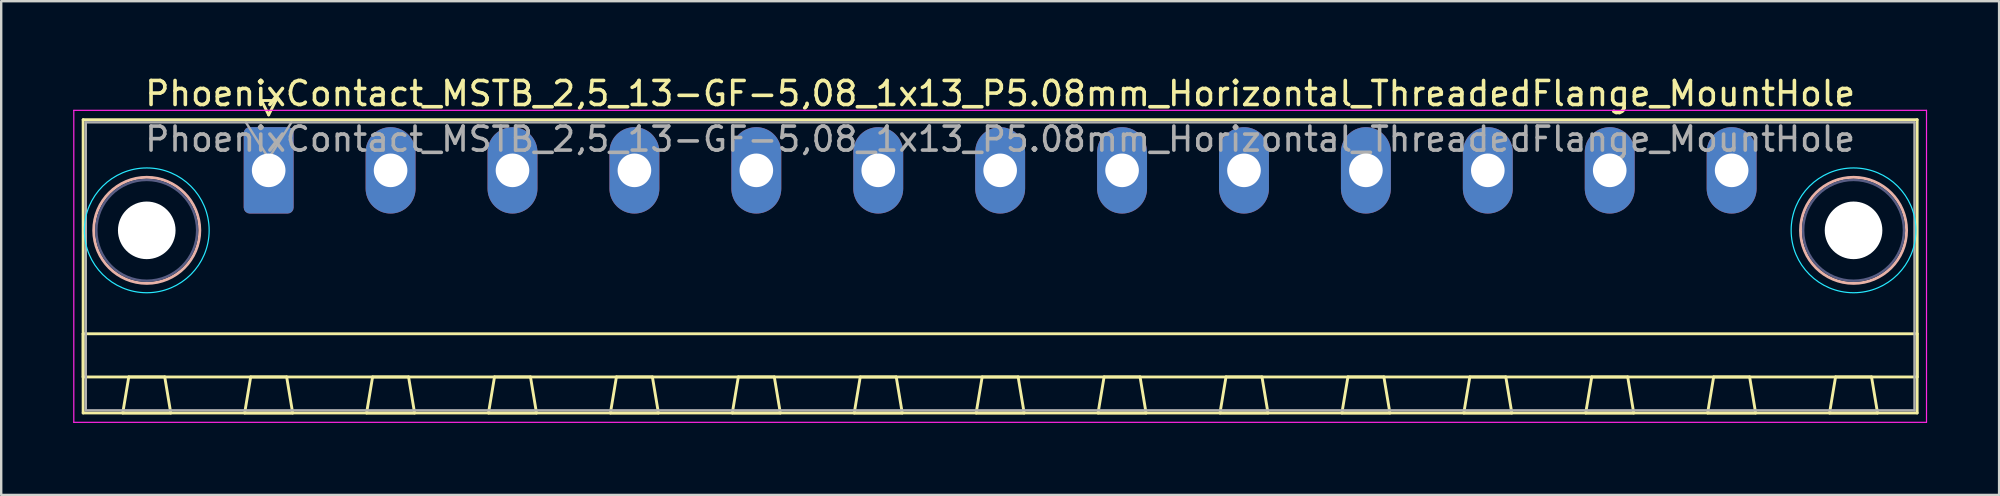
<source format=kicad_pcb>
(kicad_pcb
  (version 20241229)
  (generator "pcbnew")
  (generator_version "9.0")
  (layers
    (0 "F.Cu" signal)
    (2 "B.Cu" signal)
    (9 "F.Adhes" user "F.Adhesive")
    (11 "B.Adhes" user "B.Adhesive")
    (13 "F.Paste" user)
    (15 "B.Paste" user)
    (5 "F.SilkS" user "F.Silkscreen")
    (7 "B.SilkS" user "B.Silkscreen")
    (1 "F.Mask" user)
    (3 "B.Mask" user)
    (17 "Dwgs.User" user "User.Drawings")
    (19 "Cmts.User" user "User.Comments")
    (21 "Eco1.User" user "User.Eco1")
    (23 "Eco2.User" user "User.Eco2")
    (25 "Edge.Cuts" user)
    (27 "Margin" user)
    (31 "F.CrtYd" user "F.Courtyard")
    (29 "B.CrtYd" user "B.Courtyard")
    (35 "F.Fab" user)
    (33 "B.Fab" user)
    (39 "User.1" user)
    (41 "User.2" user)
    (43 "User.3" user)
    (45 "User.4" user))
  (footprint "PhoenixContact_MSTB_2,5_13-GF-5,08_1x13_P5.08mm_Horizontal_ThreadedFlange_MountHole"
    (layer "F.Cu")
    (at 8.145 4.048)
    (property "Reference" "PhoenixContact_MSTB_2,5_13-GF-5,08_1x13_P5.08mm_Horizontal_ThreadedFlange_MountHole" (at 30.48 -3.2 0) (layer "F.SilkS") (effects (font (size 1 1) (thickness 0.15))))
    (attr through_hole)
    (fp_line (start -7.73 -2.11) (end -7.73 10.11) (stroke (width 0.12) (type solid)) (layer "F.SilkS"))
    (fp_line (start -7.73 6.81) (end 68.69 6.81) (stroke (width 0.12) (type solid)) (layer "F.SilkS"))
    (fp_line (start -7.73 8.61) (end -7.73 6.81) (stroke (width 0.12) (type solid)) (layer "F.SilkS"))
    (fp_line (start -7.73 10.11) (end 68.69 10.11) (stroke (width 0.12) (type solid)) (layer "F.SilkS"))
    (fp_line (start -6.08 10.11) (end -4.08 10.11) (stroke (width 0.12) (type solid)) (layer "F.SilkS"))
    (fp_line (start -5.83 8.61) (end -6.08 10.11) (stroke (width 0.12) (type solid)) (layer "F.SilkS"))
    (fp_line (start -4.33 8.61) (end -5.83 8.61) (stroke (width 0.12) (type solid)) (layer "F.SilkS"))
    (fp_line (start -4.08 10.11) (end -4.33 8.61) (stroke (width 0.12) (type solid)) (layer "F.SilkS"))
    (fp_line (start -1 10.11) (end 1 10.11) (stroke (width 0.12) (type solid)) (layer "F.SilkS"))
    (fp_line (start -0.75 8.61) (end -1 10.11) (stroke (width 0.12) (type solid)) (layer "F.SilkS"))
    (fp_line (start -0.3 -2.91) (end 0.3 -2.91) (stroke (width 0.12) (type solid)) (layer "F.SilkS"))
    (fp_line (start 0 -2.31) (end -0.3 -2.91) (stroke (width 0.12) (type solid)) (layer "F.SilkS"))
    (fp_line (start 0.3 -2.91) (end 0 -2.31) (stroke (width 0.12) (type solid)) (layer "F.SilkS"))
    (fp_line (start 0.75 8.61) (end -0.75 8.61) (stroke (width 0.12) (type solid)) (layer "F.SilkS"))
    (fp_line (start 1 10.11) (end 0.75 8.61) (stroke (width 0.12) (type solid)) (layer "F.SilkS"))
    (fp_line (start 4.08 10.11) (end 6.08 10.11) (stroke (width 0.12) (type solid)) (layer "F.SilkS"))
    (fp_line (start 4.33 8.61) (end 4.08 10.11) (stroke (width 0.12) (type solid)) (layer "F.SilkS"))
    (fp_line (start 5.83 8.61) (end 4.33 8.61) (stroke (width 0.12) (type solid)) (layer "F.SilkS"))
    (fp_line (start 6.08 10.11) (end 5.83 8.61) (stroke (width 0.12) (type solid)) (layer "F.SilkS"))
    (fp_line (start 9.16 10.11) (end 11.16 10.11) (stroke (width 0.12) (type solid)) (layer "F.SilkS"))
    (fp_line (start 9.41 8.61) (end 9.16 10.11) (stroke (width 0.12) (type solid)) (layer "F.SilkS"))
    (fp_line (start 10.91 8.61) (end 9.41 8.61) (stroke (width 0.12) (type solid)) (layer "F.SilkS"))
    (fp_line (start 11.16 10.11) (end 10.91 8.61) (stroke (width 0.12) (type solid)) (layer "F.SilkS"))
    (fp_line (start 14.24 10.11) (end 16.24 10.11) (stroke (width 0.12) (type solid)) (layer "F.SilkS"))
    (fp_line (start 14.49 8.61) (end 14.24 10.11) (stroke (width 0.12) (type solid)) (layer "F.SilkS"))
    (fp_line (start 15.99 8.61) (end 14.49 8.61) (stroke (width 0.12) (type solid)) (layer "F.SilkS"))
    (fp_line (start 16.24 10.11) (end 15.99 8.61) (stroke (width 0.12) (type solid)) (layer "F.SilkS"))
    (fp_line (start 19.32 10.11) (end 21.32 10.11) (stroke (width 0.12) (type solid)) (layer "F.SilkS"))
    (fp_line (start 19.57 8.61) (end 19.32 10.11) (stroke (width 0.12) (type solid)) (layer "F.SilkS"))
    (fp_line (start 21.07 8.61) (end 19.57 8.61) (stroke (width 0.12) (type solid)) (layer "F.SilkS"))
    (fp_line (start 21.32 10.11) (end 21.07 8.61) (stroke (width 0.12) (type solid)) (layer "F.SilkS"))
    (fp_line (start 24.4 10.11) (end 26.4 10.11) (stroke (width 0.12) (type solid)) (layer "F.SilkS"))
    (fp_line (start 24.65 8.61) (end 24.4 10.11) (stroke (width 0.12) (type solid)) (layer "F.SilkS"))
    (fp_line (start 26.15 8.61) (end 24.65 8.61) (stroke (width 0.12) (type solid)) (layer "F.SilkS"))
    (fp_line (start 26.4 10.11) (end 26.15 8.61) (stroke (width 0.12) (type solid)) (layer "F.SilkS"))
    (fp_line (start 29.48 10.11) (end 31.48 10.11) (stroke (width 0.12) (type solid)) (layer "F.SilkS"))
    (fp_line (start 29.73 8.61) (end 29.48 10.11) (stroke (width 0.12) (type solid)) (layer "F.SilkS"))
    (fp_line (start 31.23 8.61) (end 29.73 8.61) (stroke (width 0.12) (type solid)) (layer "F.SilkS"))
    (fp_line (start 31.48 10.11) (end 31.23 8.61) (stroke (width 0.12) (type solid)) (layer "F.SilkS"))
    (fp_line (start 34.56 10.11) (end 36.56 10.11) (stroke (width 0.12) (type solid)) (layer "F.SilkS"))
    (fp_line (start 34.81 8.61) (end 34.56 10.11) (stroke (width 0.12) (type solid)) (layer "F.SilkS"))
    (fp_line (start 36.31 8.61) (end 34.81 8.61) (stroke (width 0.12) (type solid)) (layer "F.SilkS"))
    (fp_line (start 36.56 10.11) (end 36.31 8.61) (stroke (width 0.12) (type solid)) (layer "F.SilkS"))
    (fp_line (start 39.64 10.11) (end 41.64 10.11) (stroke (width 0.12) (type solid)) (layer "F.SilkS"))
    (fp_line (start 39.89 8.61) (end 39.64 10.11) (stroke (width 0.12) (type solid)) (layer "F.SilkS"))
    (fp_line (start 41.39 8.61) (end 39.89 8.61) (stroke (width 0.12) (type solid)) (layer "F.SilkS"))
    (fp_line (start 41.64 10.11) (end 41.39 8.61) (stroke (width 0.12) (type solid)) (layer "F.SilkS"))
    (fp_line (start 44.72 10.11) (end 46.72 10.11) (stroke (width 0.12) (type solid)) (layer "F.SilkS"))
    (fp_line (start 44.97 8.61) (end 44.72 10.11) (stroke (width 0.12) (type solid)) (layer "F.SilkS"))
    (fp_line (start 46.47 8.61) (end 44.97 8.61) (stroke (width 0.12) (type solid)) (layer "F.SilkS"))
    (fp_line (start 46.72 10.11) (end 46.47 8.61) (stroke (width 0.12) (type solid)) (layer "F.SilkS"))
    (fp_line (start 49.8 10.11) (end 51.8 10.11) (stroke (width 0.12) (type solid)) (layer "F.SilkS"))
    (fp_line (start 50.05 8.61) (end 49.8 10.11) (stroke (width 0.12) (type solid)) (layer "F.SilkS"))
    (fp_line (start 51.55 8.61) (end 50.05 8.61) (stroke (width 0.12) (type solid)) (layer "F.SilkS"))
    (fp_line (start 51.8 10.11) (end 51.55 8.61) (stroke (width 0.12) (type solid)) (layer "F.SilkS"))
    (fp_line (start 54.88 10.11) (end 56.88 10.11) (stroke (width 0.12) (type solid)) (layer "F.SilkS"))
    (fp_line (start 55.13 8.61) (end 54.88 10.11) (stroke (width 0.12) (type solid)) (layer "F.SilkS"))
    (fp_line (start 56.63 8.61) (end 55.13 8.61) (stroke (width 0.12) (type solid)) (layer "F.SilkS"))
    (fp_line (start 56.88 10.11) (end 56.63 8.61) (stroke (width 0.12) (type solid)) (layer "F.SilkS"))
    (fp_line (start 59.96 10.11) (end 61.96 10.11) (stroke (width 0.12) (type solid)) (layer "F.SilkS"))
    (fp_line (start 60.21 8.61) (end 59.96 10.11) (stroke (width 0.12) (type solid)) (layer "F.SilkS"))
    (fp_line (start 61.71 8.61) (end 60.21 8.61) (stroke (width 0.12) (type solid)) (layer "F.SilkS"))
    (fp_line (start 61.96 10.11) (end 61.71 8.61) (stroke (width 0.12) (type solid)) (layer "F.SilkS"))
    (fp_line (start 65.04 10.11) (end 67.04 10.11) (stroke (width 0.12) (type solid)) (layer "F.SilkS"))
    (fp_line (start 65.29 8.61) (end 65.04 10.11) (stroke (width 0.12) (type solid)) (layer "F.SilkS"))
    (fp_line (start 66.79 8.61) (end 65.29 8.61) (stroke (width 0.12) (type solid)) (layer "F.SilkS"))
    (fp_line (start 67.04 10.11) (end 66.79 8.61) (stroke (width 0.12) (type solid)) (layer "F.SilkS"))
    (fp_line (start 68.69 -2.11) (end -7.73 -2.11) (stroke (width 0.12) (type solid)) (layer "F.SilkS"))
    (fp_line (start 68.69 6.81) (end 68.69 8.61) (stroke (width 0.12) (type solid)) (layer "F.SilkS"))
    (fp_line (start 68.69 8.61) (end -7.73 8.61) (stroke (width 0.12) (type solid)) (layer "F.SilkS"))
    (fp_line (start 68.69 10.11) (end 68.69 -2.11) (stroke (width 0.12) (type solid)) (layer "F.SilkS"))
    (fp_circle (center -5.08 2.5) (end -2.87 2.5) (stroke (width 0.12) (type solid)) (fill no) (layer "B.SilkS"))
    (fp_circle (center 66.04 2.5) (end 68.25 2.5) (stroke (width 0.12) (type solid)) (fill no) (layer "B.SilkS"))
    (fp_circle (center -5.08 2.5) (end -2.48 2.5) (stroke (width 0.05) (type solid)) (fill no) (layer "B.CrtYd"))
    (fp_circle (center 66.04 2.5) (end 68.64 2.5) (stroke (width 0.05) (type solid)) (fill no) (layer "B.CrtYd"))
    (fp_line (start -8.12 -2.5) (end -8.12 10.5) (stroke (width 0.05) (type solid)) (layer "F.CrtYd"))
    (fp_line (start -8.12 10.5) (end 69.08 10.5) (stroke (width 0.05) (type solid)) (layer "F.CrtYd"))
    (fp_line (start 69.08 -2.5) (end -8.12 -2.5) (stroke (width 0.05) (type solid)) (layer "F.CrtYd"))
    (fp_line (start 69.08 10.5) (end 69.08 -2.5) (stroke (width 0.05) (type solid)) (layer "F.CrtYd"))
    (fp_circle (center -5.08 2.5) (end -2.98 2.5) (stroke (width 0.1) (type solid)) (fill no) (layer "B.Fab"))
    (fp_circle (center 66.04 2.5) (end 68.14 2.5) (stroke (width 0.1) (type solid)) (fill no) (layer "B.Fab"))
    (fp_line (start -7.62 -2) (end -7.62 10) (stroke (width 0.1) (type solid)) (layer "F.Fab"))
    (fp_line (start -7.62 10) (end 68.58 10) (stroke (width 0.1) (type solid)) (layer "F.Fab"))
    (fp_line (start 0 -0.5) (end -0.95 -2) (stroke (width 0.1) (type solid)) (layer "F.Fab"))
    (fp_line (start 0.95 -2) (end 0 -0.5) (stroke (width 0.1) (type solid)) (layer "F.Fab"))
    (fp_line (start 68.58 -2) (end -7.62 -2) (stroke (width 0.1) (type solid)) (layer "F.Fab"))
    (fp_line (start 68.58 10) (end 68.58 -2) (stroke (width 0.1) (type solid)) (layer "F.Fab"))
    (fp_text user "${REFERENCE}" (at 30.48 -1.3 0) (layer "F.Fab") (effects (font (size 1 1) (thickness 0.15))))
    (pad "" np_thru_hole circle (at -5.08 2.5) (size 2.4 2.4) (drill 2.4) (layers "*.Cu" "*.Mask"))
    (pad "" np_thru_hole circle (at 66.04 2.5) (size 2.4 2.4) (drill 2.4) (layers "*.Cu" "*.Mask"))
    (pad "1" thru_hole roundrect (at 0 0) (size 2.08 3.6) (drill 1.4) (layers "*.Cu" "*.Mask") (roundrect_rratio 0.12))
    (pad "2" thru_hole oval (at 5.08 0) (size 2.08 3.6) (drill 1.4) (layers "*.Cu" "*.Mask"))
    (pad "3" thru_hole oval (at 10.16 0) (size 2.08 3.6) (drill 1.4) (layers "*.Cu" "*.Mask"))
    (pad "4" thru_hole oval (at 15.24 0) (size 2.08 3.6) (drill 1.4) (layers "*.Cu" "*.Mask"))
    (pad "5" thru_hole oval (at 20.32 0) (size 2.08 3.6) (drill 1.4) (layers "*.Cu" "*.Mask"))
    (pad "6" thru_hole oval (at 25.4 0) (size 2.08 3.6) (drill 1.4) (layers "*.Cu" "*.Mask"))
    (pad "7" thru_hole oval (at 30.48 0) (size 2.08 3.6) (drill 1.4) (layers "*.Cu" "*.Mask"))
    (pad "8" thru_hole oval (at 35.56 0) (size 2.08 3.6) (drill 1.4) (layers "*.Cu" "*.Mask"))
    (pad "9" thru_hole oval (at 40.64 0) (size 2.08 3.6) (drill 1.4) (layers "*.Cu" "*.Mask"))
    (pad "10" thru_hole oval (at 45.72 0) (size 2.08 3.6) (drill 1.4) (layers "*.Cu" "*.Mask"))
    (pad "11" thru_hole oval (at 50.8 0) (size 2.08 3.6) (drill 1.4) (layers "*.Cu" "*.Mask"))
    (pad "12" thru_hole oval (at 55.88 0) (size 2.08 3.6) (drill 1.4) (layers "*.Cu" "*.Mask"))
    (pad "13" thru_hole oval (at 60.96 0) (size 2.08 3.6) (drill 1.4) (layers "*.Cu" "*.Mask")))
  (gr_rect
    (start -3 -3)
    (end 80.25 17.573)
    (stroke (width 0.1) (type default))
    (fill no)
    (layer "Edge.Cuts")))
</source>
